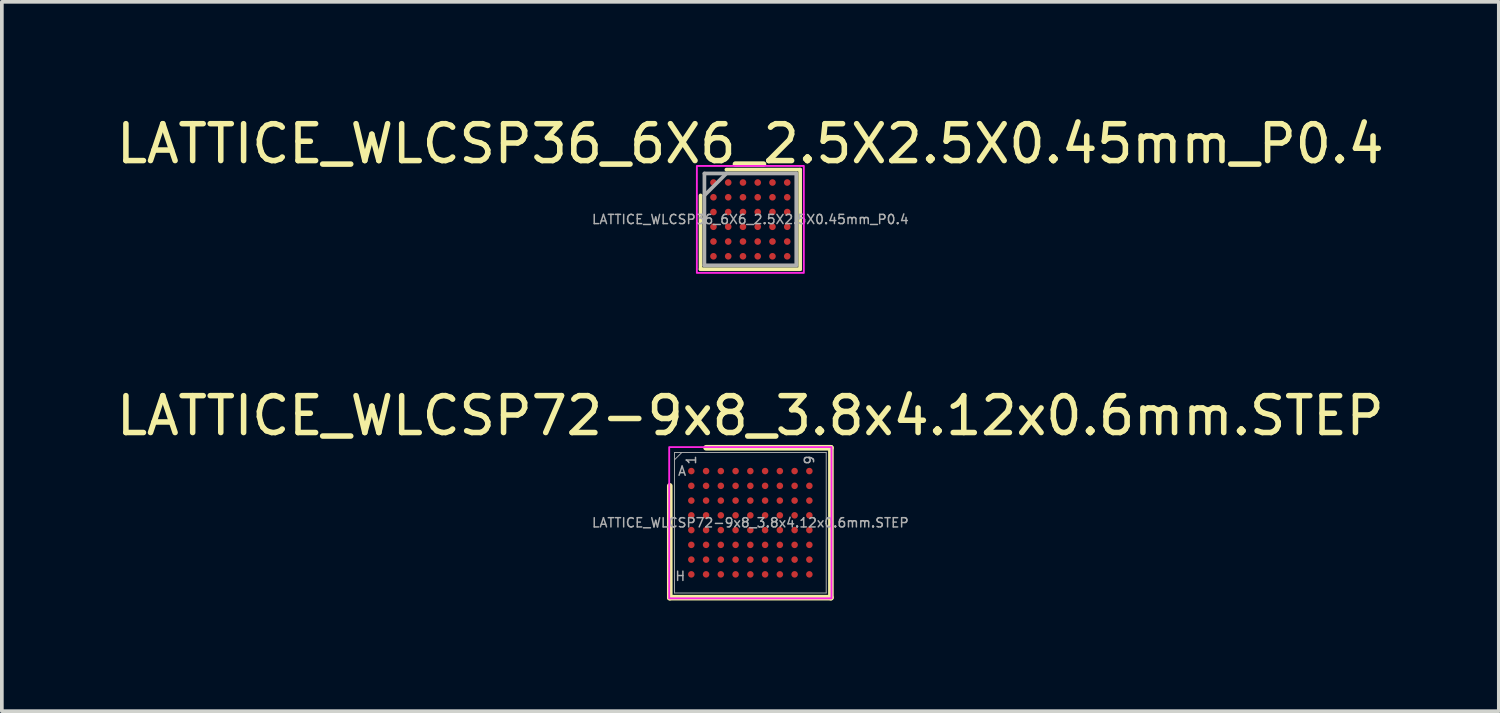
<source format=kicad_pcb>
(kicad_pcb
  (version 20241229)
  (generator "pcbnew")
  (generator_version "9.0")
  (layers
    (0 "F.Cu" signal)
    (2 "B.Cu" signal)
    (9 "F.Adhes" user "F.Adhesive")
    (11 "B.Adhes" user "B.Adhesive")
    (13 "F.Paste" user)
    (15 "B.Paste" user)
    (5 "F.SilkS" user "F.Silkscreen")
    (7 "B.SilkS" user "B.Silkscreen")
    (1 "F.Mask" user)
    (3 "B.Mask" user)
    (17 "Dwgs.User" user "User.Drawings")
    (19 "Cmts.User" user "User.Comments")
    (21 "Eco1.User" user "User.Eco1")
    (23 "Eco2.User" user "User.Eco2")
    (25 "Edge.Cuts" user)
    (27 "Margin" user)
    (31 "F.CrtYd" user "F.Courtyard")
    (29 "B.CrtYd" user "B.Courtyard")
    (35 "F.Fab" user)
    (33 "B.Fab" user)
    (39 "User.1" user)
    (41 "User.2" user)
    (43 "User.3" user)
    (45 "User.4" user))
  (footprint "LATTICE_WLCSP36_6X6_2.5X2.5X0.45mm_P0.4"
    (layer "F.Cu")
    (at 17.292 2.898)
    (property "Reference" "LATTICE_WLCSP36_6X6_2.5X2.5X0.45mm_P0.4" (at 0 -2.05 0) (unlocked yes) (layer "F.SilkS") (effects (font (size 1 1) (thickness 0.15))))
    (attr smd)
    (fp_line (start -1.35 1.35) (end -1.35 -0.65) (stroke (width 0.1) (type default)) (layer "F.SilkS"))
    (fp_line (start -0.65 -1.35) (end 1.35 -1.35) (stroke (width 0.1) (type default)) (layer "F.SilkS"))
    (fp_line (start 1.35 -1.35) (end 1.35 1.35) (stroke (width 0.1) (type default)) (layer "F.SilkS"))
    (fp_line (start 1.35 1.35) (end -1.35 1.35) (stroke (width 0.1) (type default)) (layer "F.SilkS"))
    (fp_rect (start -1.45 -1.45) (end 1.45 1.45) (stroke (width 0.05) (type default)) (fill no) (layer "F.CrtYd"))
    (fp_line (start -1.245 -1.245) (end -1.245 1.245) (stroke (width 0.1) (type solid)) (layer "F.Fab"))
    (fp_line (start -1.245 1.245) (end 1.245 1.245) (stroke (width 0.1) (type solid)) (layer "F.Fab"))
    (fp_line (start -0.65 -1.245) (end -1.245 -0.65) (stroke (width 0.1) (type solid)) (layer "F.Fab"))
    (fp_line (start 1.245 -1.245) (end -1.245 -1.245) (stroke (width 0.1) (type solid)) (layer "F.Fab"))
    (fp_line (start 1.245 1.245) (end 1.245 -1.245) (stroke (width 0.1) (type solid)) (layer "F.Fab"))
    (fp_text user "${REFERENCE}" (at 0 0 0) (unlocked yes) (layer "F.Fab") (effects (font (size 0.25 0.25) (thickness 0.04))))
    (pad "A1" smd circle (at -1 -1) (size 0.18 0.18) (layers "F.Cu" "F.Mask" "F.Paste"))
    (pad "A2" smd circle (at -0.6 -1) (size 0.18 0.18) (layers "F.Cu" "F.Mask" "F.Paste"))
    (pad "A3" smd circle (at -0.2 -1) (size 0.18 0.18) (layers "F.Cu" "F.Mask" "F.Paste"))
    (pad "A4" smd circle (at 0.2 -1) (size 0.18 0.18) (layers "F.Cu" "F.Mask" "F.Paste"))
    (pad "A5" smd circle (at 0.6 -1) (size 0.18 0.18) (layers "F.Cu" "F.Mask" "F.Paste"))
    (pad "A6" smd circle (at 1 -1) (size 0.18 0.18) (layers "F.Cu" "F.Mask" "F.Paste"))
    (pad "B1" smd circle (at -1 -0.6) (size 0.18 0.18) (layers "F.Cu" "F.Mask" "F.Paste"))
    (pad "B2" smd circle (at -0.6 -0.6) (size 0.18 0.18) (layers "F.Cu" "F.Mask" "F.Paste"))
    (pad "B3" smd circle (at -0.2 -0.6) (size 0.18 0.18) (layers "F.Cu" "F.Mask" "F.Paste"))
    (pad "B4" smd circle (at 0.2 -0.6) (size 0.18 0.18) (layers "F.Cu" "F.Mask" "F.Paste"))
    (pad "B5" smd circle (at 0.6 -0.6) (size 0.18 0.18) (layers "F.Cu" "F.Mask" "F.Paste"))
    (pad "B6" smd circle (at 1 -0.6) (size 0.18 0.18) (layers "F.Cu" "F.Mask" "F.Paste"))
    (pad "C1" smd circle (at -1 -0.2) (size 0.18 0.18) (layers "F.Cu" "F.Mask" "F.Paste"))
    (pad "C2" smd circle (at -0.6 -0.2) (size 0.18 0.18) (layers "F.Cu" "F.Mask" "F.Paste"))
    (pad "C3" smd circle (at -0.2 -0.2) (size 0.18 0.18) (layers "F.Cu" "F.Mask" "F.Paste"))
    (pad "C4" smd circle (at 0.2 -0.2) (size 0.18 0.18) (layers "F.Cu" "F.Mask" "F.Paste"))
    (pad "C5" smd circle (at 0.6 -0.2) (size 0.18 0.18) (layers "F.Cu" "F.Mask" "F.Paste"))
    (pad "C6" smd circle (at 1 -0.2) (size 0.18 0.18) (layers "F.Cu" "F.Mask" "F.Paste"))
    (pad "D1" smd circle (at -1 0.2) (size 0.18 0.18) (layers "F.Cu" "F.Mask" "F.Paste"))
    (pad "D2" smd circle (at -0.6 0.2) (size 0.18 0.18) (layers "F.Cu" "F.Mask" "F.Paste"))
    (pad "D3" smd circle (at -0.2 0.2) (size 0.18 0.18) (layers "F.Cu" "F.Mask" "F.Paste"))
    (pad "D4" smd circle (at 0.2 0.2) (size 0.18 0.18) (layers "F.Cu" "F.Mask" "F.Paste"))
    (pad "D5" smd circle (at 0.6 0.2) (size 0.18 0.18) (layers "F.Cu" "F.Mask" "F.Paste"))
    (pad "D6" smd circle (at 1 0.2) (size 0.18 0.18) (layers "F.Cu" "F.Mask" "F.Paste"))
    (pad "E1" smd circle (at -1 0.6) (size 0.18 0.18) (layers "F.Cu" "F.Mask" "F.Paste"))
    (pad "E2" smd circle (at -0.6 0.6) (size 0.18 0.18) (layers "F.Cu" "F.Mask" "F.Paste"))
    (pad "E3" smd circle (at -0.2 0.6) (size 0.18 0.18) (layers "F.Cu" "F.Mask" "F.Paste"))
    (pad "E4" smd circle (at 0.2 0.6) (size 0.18 0.18) (layers "F.Cu" "F.Mask" "F.Paste"))
    (pad "E5" smd circle (at 0.6 0.6) (size 0.18 0.18) (layers "F.Cu" "F.Mask" "F.Paste"))
    (pad "E6" smd circle (at 1 0.6) (size 0.18 0.18) (layers "F.Cu" "F.Mask" "F.Paste"))
    (pad "F1" smd circle (at -1 1) (size 0.18 0.18) (layers "F.Cu" "F.Mask" "F.Paste"))
    (pad "F2" smd circle (at -0.6 1) (size 0.18 0.18) (layers "F.Cu" "F.Mask" "F.Paste"))
    (pad "F3" smd circle (at -0.2 1) (size 0.18 0.18) (layers "F.Cu" "F.Mask" "F.Paste"))
    (pad "F4" smd circle (at 0.2 1) (size 0.18 0.18) (layers "F.Cu" "F.Mask" "F.Paste"))
    (pad "F5" smd circle (at 0.6 1) (size 0.18 0.18) (layers "F.Cu" "F.Mask" "F.Paste"))
    (pad "F6" smd circle (at 1 1) (size 0.18 0.18) (layers "F.Cu" "F.Mask" "F.Paste")))
  (footprint "LATTICE_WLCSP72-9x8_3.8x4.12x0.6mm.STEP"
    (layer "F.Cu")
    (at 17.292 11.121)
    (property "Reference" "LATTICE_WLCSP72-9x8_3.8x4.12x0.6mm.STEP" (at 0 -2.9 0) (unlocked yes) (layer "F.SilkS") (effects (font (size 1 1) (thickness 0.15))))
    (attr smd)
    (fp_line (start -2.184 -1) (end -2.184 2.032) (stroke (width 0.152) (type solid)) (layer "F.SilkS"))
    (fp_line (start -2.184 2.032) (end 2.184 2.032) (stroke (width 0.152) (type solid)) (layer "F.SilkS"))
    (fp_line (start 2.184 -2.032) (end -1.2 -2.032) (stroke (width 0.152) (type solid)) (layer "F.SilkS"))
    (fp_line (start 2.184 2.032) (end 2.184 -2.032) (stroke (width 0.152) (type solid)) (layer "F.SilkS"))
    (fp_rect (start -2.2 -2.05) (end 2.2 2.05) (stroke (width 0.05) (type default)) (fill no) (layer "F.CrtYd"))
    (fp_line (start -2.057 -1.905) (end -2.057 1.905) (stroke (width 0.025) (type solid)) (layer "F.Fab"))
    (fp_line (start -2.057 1.905) (end 2.057 1.905) (stroke (width 0.025) (type solid)) (layer "F.Fab"))
    (fp_line (start -1.857 -1.905) (end -2.057 -1.705) (stroke (width 0.025) (type solid)) (layer "F.Fab"))
    (fp_line (start 2.057 -1.905) (end -2.057 -1.905) (stroke (width 0.025) (type solid)) (layer "F.Fab"))
    (fp_line (start 2.057 1.905) (end 2.057 -1.905) (stroke (width 0.025) (type solid)) (layer "F.Fab"))
    (fp_text user "${REFERENCE}" (at 0 0 0) (unlocked yes) (layer "F.Fab") (effects (font (size 0.25 0.25) (thickness 0.04))))
    (fp_text user "A" (at -1.85 -1.4 0) (unlocked yes) (layer "F.Fab") (effects (font (size 0.25 0.25) (thickness 0.04))))
    (fp_text user "H" (at -1.9 1.45 0) (unlocked yes) (layer "F.Fab") (effects (font (size 0.25 0.25) (thickness 0.04))))
    (fp_text user "9" (at 1.6 -1.7 90) (unlocked yes) (layer "F.Fab") (effects (font (size 0.25 0.25) (thickness 0.04))))
    (fp_text user "1" (at -1.6 -1.7 90) (unlocked yes) (layer "F.Fab") (effects (font (size 0.25 0.25) (thickness 0.04))))
    (pad "A1" smd circle (at -1.6 -1.4) (size 0.178 0.178) (layers "F.Cu" "F.Mask" "F.Paste"))
    (pad "A2" smd circle (at -1.2 -1.4) (size 0.178 0.178) (layers "F.Cu" "F.Mask" "F.Paste"))
    (pad "A3" smd circle (at -0.8 -1.4) (size 0.178 0.178) (layers "F.Cu" "F.Mask" "F.Paste"))
    (pad "A4" smd circle (at -0.4 -1.4) (size 0.178 0.178) (layers "F.Cu" "F.Mask" "F.Paste"))
    (pad "A5" smd circle (at 0 -1.4) (size 0.178 0.178) (layers "F.Cu" "F.Mask" "F.Paste"))
    (pad "A6" smd circle (at 0.4 -1.4) (size 0.178 0.178) (layers "F.Cu" "F.Mask" "F.Paste"))
    (pad "A7" smd circle (at 0.8 -1.4) (size 0.178 0.178) (layers "F.Cu" "F.Mask" "F.Paste"))
    (pad "A8" smd circle (at 1.2 -1.4) (size 0.178 0.178) (layers "F.Cu" "F.Mask" "F.Paste"))
    (pad "A9" smd circle (at 1.6 -1.4) (size 0.178 0.178) (layers "F.Cu" "F.Mask" "F.Paste"))
    (pad "B1" smd circle (at -1.6 -1) (size 0.178 0.178) (layers "F.Cu" "F.Mask" "F.Paste"))
    (pad "B2" smd circle (at -1.2 -1) (size 0.178 0.178) (layers "F.Cu" "F.Mask" "F.Paste"))
    (pad "B3" smd circle (at -0.8 -1) (size 0.178 0.178) (layers "F.Cu" "F.Mask" "F.Paste"))
    (pad "B4" smd circle (at -0.4 -1) (size 0.178 0.178) (layers "F.Cu" "F.Mask" "F.Paste"))
    (pad "B5" smd circle (at 0 -1) (size 0.178 0.178) (layers "F.Cu" "F.Mask" "F.Paste"))
    (pad "B6" smd circle (at 0.4 -1) (size 0.178 0.178) (layers "F.Cu" "F.Mask" "F.Paste"))
    (pad "B7" smd circle (at 0.8 -1) (size 0.178 0.178) (layers "F.Cu" "F.Mask" "F.Paste"))
    (pad "B8" smd circle (at 1.2 -1) (size 0.178 0.178) (layers "F.Cu" "F.Mask" "F.Paste"))
    (pad "B9" smd circle (at 1.6 -1) (size 0.178 0.178) (layers "F.Cu" "F.Mask" "F.Paste"))
    (pad "C1" smd circle (at -1.6 -0.6) (size 0.178 0.178) (layers "F.Cu" "F.Mask" "F.Paste"))
    (pad "C2" smd circle (at -1.2 -0.6) (size 0.178 0.178) (layers "F.Cu" "F.Mask" "F.Paste"))
    (pad "C3" smd circle (at -0.8 -0.6) (size 0.178 0.178) (layers "F.Cu" "F.Mask" "F.Paste"))
    (pad "C4" smd circle (at -0.4 -0.6) (size 0.178 0.178) (layers "F.Cu" "F.Mask" "F.Paste"))
    (pad "C5" smd circle (at 0 -0.6) (size 0.178 0.178) (layers "F.Cu" "F.Mask" "F.Paste"))
    (pad "C6" smd circle (at 0.4 -0.6) (size 0.178 0.178) (layers "F.Cu" "F.Mask" "F.Paste"))
    (pad "C7" smd circle (at 0.8 -0.6) (size 0.178 0.178) (layers "F.Cu" "F.Mask" "F.Paste"))
    (pad "C8" smd circle (at 1.2 -0.6) (size 0.178 0.178) (layers "F.Cu" "F.Mask" "F.Paste"))
    (pad "C9" smd circle (at 1.6 -0.6) (size 0.178 0.178) (layers "F.Cu" "F.Mask" "F.Paste"))
    (pad "D1" smd circle (at -1.6 -0.2) (size 0.178 0.178) (layers "F.Cu" "F.Mask" "F.Paste"))
    (pad "D2" smd circle (at -1.2 -0.2) (size 0.178 0.178) (layers "F.Cu" "F.Mask" "F.Paste"))
    (pad "D3" smd circle (at -0.8 -0.2) (size 0.178 0.178) (layers "F.Cu" "F.Mask" "F.Paste"))
    (pad "D4" smd circle (at -0.4 -0.2) (size 0.178 0.178) (layers "F.Cu" "F.Mask" "F.Paste"))
    (pad "D5" smd circle (at 0 -0.2) (size 0.178 0.178) (layers "F.Cu" "F.Mask" "F.Paste"))
    (pad "D6" smd circle (at 0.4 -0.2) (size 0.178 0.178) (layers "F.Cu" "F.Mask" "F.Paste"))
    (pad "D7" smd circle (at 0.8 -0.2) (size 0.178 0.178) (layers "F.Cu" "F.Mask" "F.Paste"))
    (pad "D8" smd circle (at 1.2 -0.2) (size 0.178 0.178) (layers "F.Cu" "F.Mask" "F.Paste"))
    (pad "D9" smd circle (at 1.6 -0.2) (size 0.178 0.178) (layers "F.Cu" "F.Mask" "F.Paste"))
    (pad "E1" smd circle (at -1.6 0.2) (size 0.178 0.178) (layers "F.Cu" "F.Mask" "F.Paste"))
    (pad "E2" smd circle (at -1.2 0.2) (size 0.178 0.178) (layers "F.Cu" "F.Mask" "F.Paste"))
    (pad "E3" smd circle (at -0.8 0.2) (size 0.178 0.178) (layers "F.Cu" "F.Mask" "F.Paste"))
    (pad "E4" smd circle (at -0.4 0.2) (size 0.178 0.178) (layers "F.Cu" "F.Mask" "F.Paste"))
    (pad "E5" smd circle (at 0 0.2) (size 0.178 0.178) (layers "F.Cu" "F.Mask" "F.Paste"))
    (pad "E6" smd circle (at 0.4 0.2) (size 0.178 0.178) (layers "F.Cu" "F.Mask" "F.Paste"))
    (pad "E7" smd circle (at 0.8 0.2) (size 0.178 0.178) (layers "F.Cu" "F.Mask" "F.Paste"))
    (pad "E8" smd circle (at 1.2 0.2) (size 0.178 0.178) (layers "F.Cu" "F.Mask" "F.Paste"))
    (pad "E9" smd circle (at 1.6 0.2) (size 0.178 0.178) (layers "F.Cu" "F.Mask" "F.Paste"))
    (pad "F1" smd circle (at -1.6 0.6) (size 0.178 0.178) (layers "F.Cu" "F.Mask" "F.Paste"))
    (pad "F2" smd circle (at -1.2 0.6) (size 0.178 0.178) (layers "F.Cu" "F.Mask" "F.Paste"))
    (pad "F3" smd circle (at -0.8 0.6) (size 0.178 0.178) (layers "F.Cu" "F.Mask" "F.Paste"))
    (pad "F4" smd circle (at -0.4 0.6) (size 0.178 0.178) (layers "F.Cu" "F.Mask" "F.Paste"))
    (pad "F5" smd circle (at 0 0.6) (size 0.178 0.178) (layers "F.Cu" "F.Mask" "F.Paste"))
    (pad "F6" smd circle (at 0.4 0.6) (size 0.178 0.178) (layers "F.Cu" "F.Mask" "F.Paste"))
    (pad "F7" smd circle (at 0.8 0.6) (size 0.178 0.178) (layers "F.Cu" "F.Mask" "F.Paste"))
    (pad "F8" smd circle (at 1.2 0.6) (size 0.178 0.178) (layers "F.Cu" "F.Mask" "F.Paste"))
    (pad "F9" smd circle (at 1.6 0.6) (size 0.178 0.178) (layers "F.Cu" "F.Mask" "F.Paste"))
    (pad "G1" smd circle (at -1.6 1) (size 0.178 0.178) (layers "F.Cu" "F.Mask" "F.Paste"))
    (pad "G2" smd circle (at -1.2 1) (size 0.178 0.178) (layers "F.Cu" "F.Mask" "F.Paste"))
    (pad "G3" smd circle (at -0.8 1) (size 0.178 0.178) (layers "F.Cu" "F.Mask" "F.Paste"))
    (pad "G4" smd circle (at -0.4 1) (size 0.178 0.178) (layers "F.Cu" "F.Mask" "F.Paste"))
    (pad "G5" smd circle (at 0 1) (size 0.178 0.178) (layers "F.Cu" "F.Mask" "F.Paste"))
    (pad "G6" smd circle (at 0.4 1) (size 0.178 0.178) (layers "F.Cu" "F.Mask" "F.Paste"))
    (pad "G7" smd circle (at 0.8 1) (size 0.178 0.178) (layers "F.Cu" "F.Mask" "F.Paste"))
    (pad "G8" smd circle (at 1.2 1) (size 0.178 0.178) (layers "F.Cu" "F.Mask" "F.Paste"))
    (pad "G9" smd circle (at 1.6 1) (size 0.178 0.178) (layers "F.Cu" "F.Mask" "F.Paste"))
    (pad "H1" smd circle (at -1.6 1.4) (size 0.178 0.178) (layers "F.Cu" "F.Mask" "F.Paste"))
    (pad "H2" smd circle (at -1.2 1.4) (size 0.178 0.178) (layers "F.Cu" "F.Mask" "F.Paste"))
    (pad "H3" smd circle (at -0.8 1.4) (size 0.178 0.178) (layers "F.Cu" "F.Mask" "F.Paste"))
    (pad "H4" smd circle (at -0.4 1.4) (size 0.178 0.178) (layers "F.Cu" "F.Mask" "F.Paste"))
    (pad "H5" smd circle (at 0 1.4) (size 0.178 0.178) (layers "F.Cu" "F.Mask" "F.Paste"))
    (pad "H6" smd circle (at 0.4 1.4) (size 0.178 0.178) (layers "F.Cu" "F.Mask" "F.Paste"))
    (pad "H7" smd circle (at 0.8 1.4) (size 0.178 0.178) (layers "F.Cu" "F.Mask" "F.Paste"))
    (pad "H8" smd circle (at 1.2 1.4) (size 0.178 0.178) (layers "F.Cu" "F.Mask" "F.Paste"))
    (pad "H9" smd circle (at 1.6 1.4) (size 0.178 0.178) (layers "F.Cu" "F.Mask" "F.Paste")))
  (gr_rect
    (start -3 -3)
    (end 37.583 16.23)
    (stroke (width 0.1) (type default))
    (fill no)
    (layer "Edge.Cuts")))
</source>
